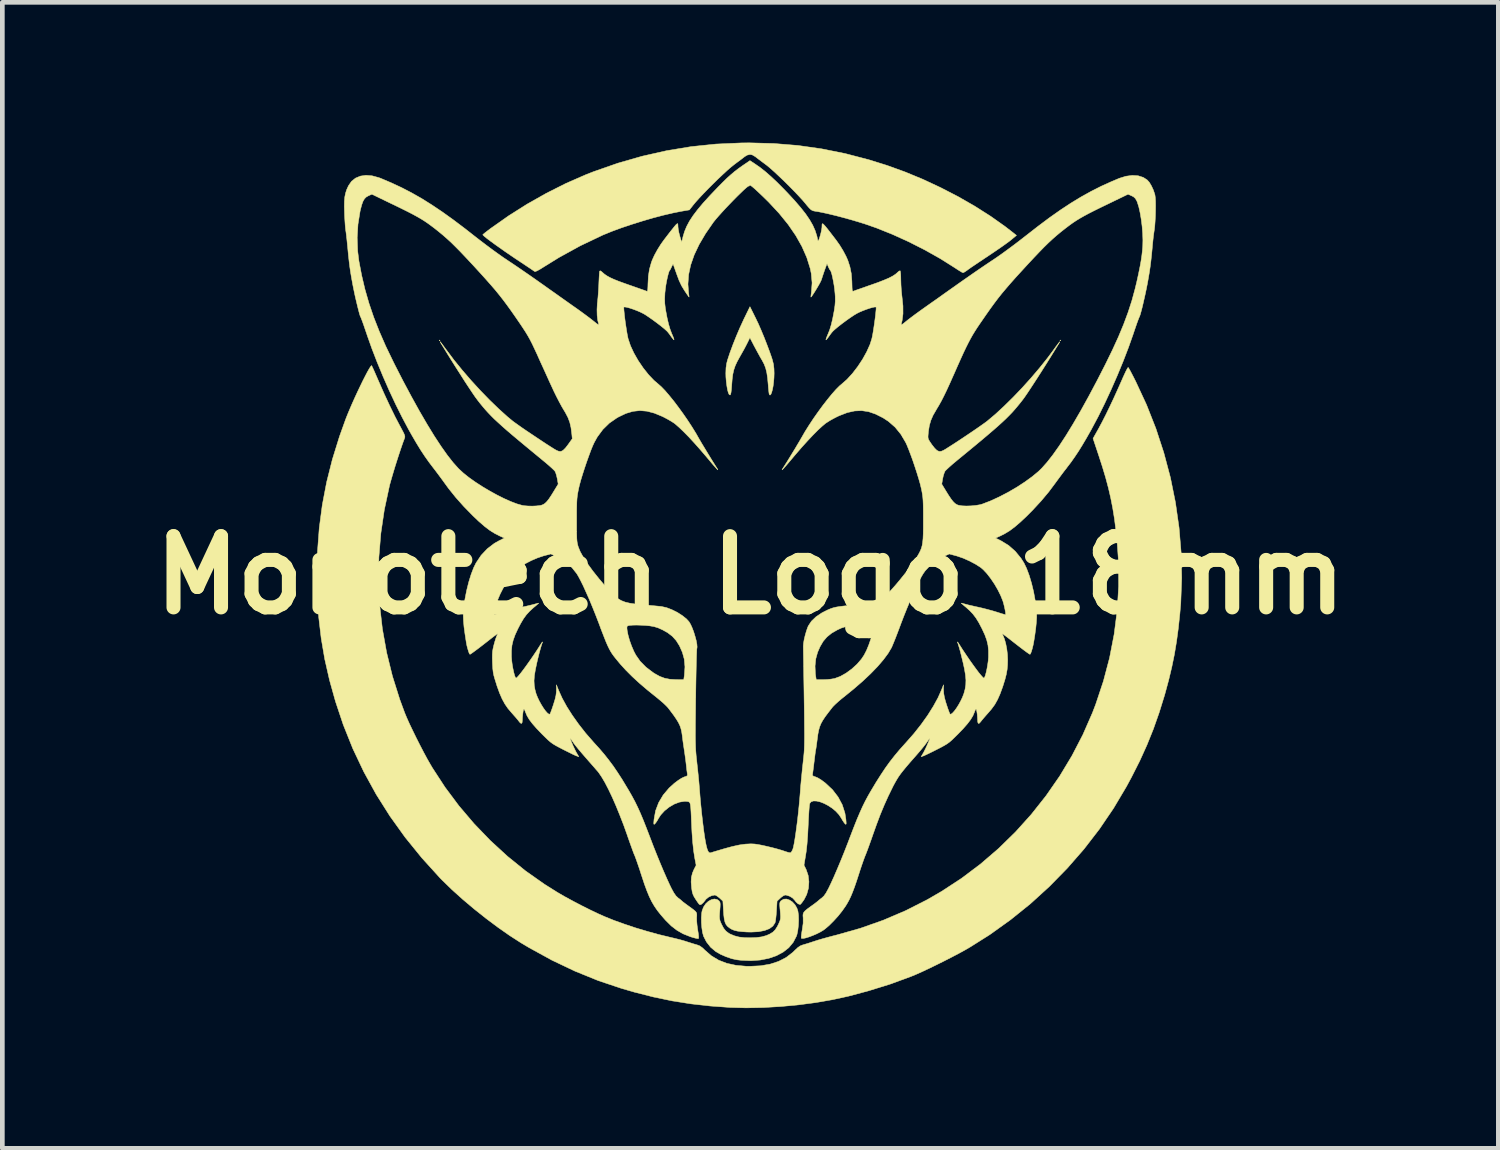
<source format=kicad_pcb>
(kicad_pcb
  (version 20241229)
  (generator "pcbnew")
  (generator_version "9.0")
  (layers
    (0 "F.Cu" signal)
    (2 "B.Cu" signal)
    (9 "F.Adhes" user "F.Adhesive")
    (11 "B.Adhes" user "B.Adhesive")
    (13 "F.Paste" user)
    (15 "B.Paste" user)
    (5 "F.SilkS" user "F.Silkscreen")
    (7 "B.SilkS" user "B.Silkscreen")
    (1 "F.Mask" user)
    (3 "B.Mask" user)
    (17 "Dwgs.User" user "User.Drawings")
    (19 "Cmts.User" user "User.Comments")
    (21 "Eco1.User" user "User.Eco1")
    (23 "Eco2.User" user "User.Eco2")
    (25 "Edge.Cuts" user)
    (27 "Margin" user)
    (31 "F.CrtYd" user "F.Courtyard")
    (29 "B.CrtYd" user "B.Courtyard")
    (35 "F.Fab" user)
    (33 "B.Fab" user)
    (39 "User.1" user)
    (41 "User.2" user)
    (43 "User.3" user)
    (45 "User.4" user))
  (footprint "Monotech Logo 18mm"
    (layer "F.Cu")
    (at 12.998 9.251)
    (property "Reference" "Monotech Logo 18mm" (at 0 0 0) (layer "F.SilkS") (effects (font (size 1.524 1.524) (thickness 0.3))))
    (attr through_hole)
    (fp_poly (pts (xy -6.638 -5.021) (xy -6.646 -5.012) (xy -6.655 -5.021) (xy -6.646 -5.029) (xy -6.638 -5.021)) (stroke (width 0.01) (type solid)) (fill yes) (layer "F.SilkS"))
    (fp_poly (pts (xy 6.638 -5.021) (xy 6.629 -5.012) (xy 6.621 -5.021) (xy 6.629 -5.029) (xy 6.638 -5.021)) (stroke (width 0.01) (type solid)) (fill yes) (layer "F.SilkS"))
    (fp_poly (pts (xy 0.107 -5.508) (xy 0.165 -5.388) (xy 0.228 -5.244) (xy 0.293 -5.088) (xy 0.355 -4.929) (xy 0.412 -4.777) (xy 0.459 -4.642) (xy 0.472 -4.599) (xy 0.494 -4.511) (xy 0.505 -4.415) (xy 0.508 -4.318) (xy 0.505 -4.221) (xy 0.497 -4.127) (xy 0.486 -4.04) (xy 0.471 -3.964) (xy 0.454 -3.904) (xy 0.437 -3.865) (xy 0.42 -3.851) (xy 0.406 -3.864) (xy 0.399 -3.889) (xy 0.393 -3.94) (xy 0.386 -4.009) (xy 0.382 -4.064) (xy 0.369 -4.208) (xy 0.352 -4.326) (xy 0.328 -4.425) (xy 0.295 -4.512) (xy 0.252 -4.594) (xy 0.251 -4.596) (xy 0.212 -4.662) (xy 0.166 -4.746) (xy 0.117 -4.836) (xy 0.084 -4.897) (xy -0.01 -5.079) (xy -0.066 -4.965) (xy -0.097 -4.904) (xy -0.139 -4.825) (xy -0.188 -4.738) (xy -0.231 -4.662) (xy -0.285 -4.563) (xy -0.325 -4.476) (xy -0.354 -4.391) (xy -0.375 -4.299) (xy -0.389 -4.191) (xy -0.399 -4.064) (xy -0.406 -3.969) (xy -0.414 -3.904) (xy -0.423 -3.867) (xy -0.434 -3.853) (xy -0.449 -3.86) (xy -0.455 -3.866) (xy -0.472 -3.903) (xy -0.489 -3.966) (xy -0.503 -4.047) (xy -0.515 -4.14) (xy -0.523 -4.237) (xy -0.525 -4.318) (xy -0.521 -4.434) (xy -0.507 -4.529) (xy -0.49 -4.596) (xy -0.438 -4.754) (xy -0.373 -4.93) (xy -0.3 -5.113) (xy -0.224 -5.291) (xy -0.149 -5.454) (xy -0.14 -5.474) (xy -0.009 -5.742) (xy 0.107 -5.508)) (stroke (width 0.01) (type solid)) (fill yes) (layer "F.SilkS"))
    (fp_poly (pts (xy -0.71 6.937) (xy -0.675 6.962) (xy -0.658 6.982) (xy -0.648 7.005) (xy -0.645 7.039) (xy -0.647 7.093) (xy -0.651 7.144) (xy -0.658 7.233) (xy -0.661 7.297) (xy -0.658 7.345) (xy -0.65 7.386) (xy -0.634 7.428) (xy -0.617 7.466) (xy -0.572 7.551) (xy -0.523 7.612) (xy -0.462 7.658) (xy -0.432 7.675) (xy -0.341 7.713) (xy -0.242 7.739) (xy -0.125 7.752) (xy -0.008 7.755) (xy 0.129 7.75) (xy 0.242 7.735) (xy 0.34 7.708) (xy 0.415 7.675) (xy 0.482 7.634) (xy 0.533 7.582) (xy 0.578 7.511) (xy 0.602 7.462) (xy 0.623 7.415) (xy 0.637 7.377) (xy 0.644 7.34) (xy 0.645 7.295) (xy 0.642 7.233) (xy 0.635 7.146) (xy 0.634 7.144) (xy 0.629 7.072) (xy 0.628 7.026) (xy 0.633 6.997) (xy 0.645 6.976) (xy 0.658 6.962) (xy 0.711 6.93) (xy 0.772 6.926) (xy 0.836 6.947) (xy 0.898 6.988) (xy 0.954 7.048) (xy 0.996 7.122) (xy 1.017 7.185) (xy 1.029 7.272) (xy 1.032 7.377) (xy 1.027 7.49) (xy 1.015 7.597) (xy 0.996 7.688) (xy 0.984 7.722) (xy 0.916 7.853) (xy 0.821 7.967) (xy 0.7 8.062) (xy 0.556 8.139) (xy 0.392 8.195) (xy 0.21 8.231) (xy 0.012 8.245) (xy -0.2 8.236) (xy -0.286 8.226) (xy -0.398 8.202) (xy -0.52 8.16) (xy -0.641 8.107) (xy -0.744 8.047) (xy -0.744 8.047) (xy -0.851 7.956) (xy -0.94 7.842) (xy -1.001 7.722) (xy -1.023 7.643) (xy -1.038 7.542) (xy -1.047 7.431) (xy -1.048 7.322) (xy -1.041 7.226) (xy -1.033 7.18) (xy -1.002 7.098) (xy -0.955 7.028) (xy -0.897 6.974) (xy -0.833 6.939) (xy -0.769 6.925) (xy -0.71 6.937)) (stroke (width 0.01) (type solid)) (fill yes) (layer "F.SilkS"))
    (fp_poly (pts (xy 0.502 -9.232) (xy 1.017 -9.19) (xy 1.524 -9.118) (xy 2.027 -9.017) (xy 2.533 -8.885) (xy 2.921 -8.764) (xy 3.303 -8.626) (xy 3.688 -8.467) (xy 4.069 -8.289) (xy 4.441 -8.097) (xy 4.799 -7.892) (xy 5.137 -7.677) (xy 5.449 -7.456) (xy 5.603 -7.337) (xy 5.691 -7.267) (xy 5.576 -7.171) (xy 5.53 -7.135) (xy 5.46 -7.084) (xy 5.373 -7.022) (xy 5.274 -6.954) (xy 5.168 -6.882) (xy 5.089 -6.829) (xy 4.984 -6.759) (xy 4.885 -6.693) (xy 4.796 -6.633) (xy 4.722 -6.583) (xy 4.668 -6.545) (xy 4.642 -6.525) (xy 4.597 -6.494) (xy 4.562 -6.473) (xy 4.548 -6.469) (xy 4.527 -6.477) (xy 4.485 -6.502) (xy 4.427 -6.538) (xy 4.368 -6.577) (xy 4.06 -6.771) (xy 3.729 -6.957) (xy 3.386 -7.131) (xy 3.038 -7.289) (xy 2.694 -7.427) (xy 2.464 -7.507) (xy 2.317 -7.553) (xy 2.159 -7.6) (xy 1.997 -7.645) (xy 1.838 -7.687) (xy 1.689 -7.723) (xy 1.555 -7.753) (xy 1.444 -7.775) (xy 1.402 -7.781) (xy 1.357 -7.789) (xy 1.323 -7.8) (xy 1.292 -7.82) (xy 1.257 -7.854) (xy 1.212 -7.906) (xy 1.183 -7.942) (xy 1.117 -8.02) (xy 1.032 -8.112) (xy 0.935 -8.214) (xy 0.83 -8.321) (xy 0.722 -8.428) (xy 0.615 -8.53) (xy 0.515 -8.624) (xy 0.426 -8.703) (xy 0.353 -8.764) (xy 0.33 -8.781) (xy 0.259 -8.834) (xy 0.192 -8.884) (xy 0.137 -8.926) (xy 0.104 -8.952) (xy 0.04 -8.989) (xy -0.008 -8.998) (xy -0.071 -8.983) (xy -0.121 -8.952) (xy -0.157 -8.924) (xy -0.213 -8.881) (xy -0.281 -8.831) (xy -0.347 -8.781) (xy -0.411 -8.73) (xy -0.493 -8.659) (xy -0.587 -8.572) (xy -0.691 -8.474) (xy -0.798 -8.369) (xy -0.905 -8.262) (xy -1.006 -8.158) (xy -1.097 -8.061) (xy -1.173 -7.976) (xy -1.224 -7.914) (xy -1.304 -7.812) (xy -1.478 -7.782) (xy -1.659 -7.746) (xy -1.864 -7.698) (xy -2.084 -7.64) (xy -2.31 -7.574) (xy -2.536 -7.503) (xy -2.754 -7.43) (xy -2.955 -7.356) (xy -3.132 -7.284) (xy -3.158 -7.273) (xy -3.637 -7.045) (xy -4.092 -6.795) (xy -4.409 -6.599) (xy -4.497 -6.544) (xy -4.56 -6.509) (xy -4.599 -6.494) (xy -4.613 -6.495) (xy -4.633 -6.508) (xy -4.676 -6.538) (xy -4.74 -6.581) (xy -4.82 -6.634) (xy -4.913 -6.696) (xy -5.014 -6.763) (xy -5.132 -6.843) (xy -5.249 -6.923) (xy -5.359 -7.001) (xy -5.461 -7.073) (xy -5.551 -7.139) (xy -5.626 -7.195) (xy -5.681 -7.239) (xy -5.714 -7.269) (xy -5.723 -7.281) (xy -5.71 -7.294) (xy -5.675 -7.323) (xy -5.623 -7.363) (xy -5.559 -7.412) (xy -5.549 -7.419) (xy -5.171 -7.685) (xy -4.774 -7.936) (xy -4.363 -8.168) (xy -3.948 -8.377) (xy -3.533 -8.559) (xy -3.361 -8.627) (xy -2.837 -8.81) (xy -2.315 -8.96) (xy -1.792 -9.078) (xy -1.267 -9.165) (xy -0.736 -9.22) (xy -0.196 -9.244) (xy -0.025 -9.246) (xy 0.502 -9.232)) (stroke (width 0.01) (type solid)) (fill yes) (layer "F.SilkS"))
    (fp_poly (pts (xy -8.091 -4.464) (xy -8.07 -4.42) (xy -8.041 -4.356) (xy -8.006 -4.275) (xy -7.968 -4.188) (xy -7.836 -3.888) (xy -7.711 -3.619) (xy -7.595 -3.382) (xy -7.496 -3.194) (xy -7.45 -3.108) (xy -7.418 -3.047) (xy -7.399 -3.004) (xy -7.39 -2.974) (xy -7.39 -2.95) (xy -7.396 -2.929) (xy -7.398 -2.923) (xy -7.43 -2.837) (xy -7.469 -2.725) (xy -7.512 -2.596) (xy -7.557 -2.457) (xy -7.602 -2.315) (xy -7.643 -2.178) (xy -7.68 -2.052) (xy -7.71 -1.946) (xy -7.72 -1.905) (xy -7.828 -1.401) (xy -7.903 -0.894) (xy -7.945 -0.383) (xy -7.953 0.128) (xy -7.928 0.639) (xy -7.87 1.149) (xy -7.779 1.657) (xy -7.655 2.16) (xy -7.498 2.659) (xy -7.392 2.946) (xy -7.348 3.052) (xy -7.291 3.179) (xy -7.222 3.323) (xy -7.147 3.477) (xy -7.068 3.633) (xy -6.988 3.787) (xy -6.911 3.93) (xy -6.839 4.056) (xy -6.8 4.122) (xy -6.53 4.536) (xy -6.232 4.935) (xy -5.908 5.316) (xy -5.561 5.676) (xy -5.193 6.014) (xy -4.807 6.326) (xy -4.404 6.61) (xy -4.13 6.782) (xy -3.972 6.874) (xy -3.795 6.97) (xy -3.61 7.067) (xy -3.426 7.159) (xy -3.252 7.242) (xy -3.11 7.305) (xy -2.914 7.384) (xy -2.694 7.463) (xy -2.458 7.542) (xy -2.214 7.615) (xy -1.973 7.682) (xy -1.743 7.738) (xy -1.705 7.747) (xy -1.607 7.77) (xy -1.504 7.796) (xy -1.41 7.823) (xy -1.357 7.84) (xy -1.281 7.864) (xy -1.208 7.887) (xy -1.149 7.904) (xy -1.136 7.908) (xy -1.082 7.929) (xy -1.026 7.969) (xy -0.967 8.025) (xy -0.832 8.142) (xy -0.679 8.234) (xy -0.505 8.301) (xy -0.309 8.344) (xy -0.09 8.364) (xy -0.008 8.365) (xy 0.219 8.354) (xy 0.422 8.319) (xy 0.603 8.26) (xy 0.764 8.177) (xy 0.905 8.069) (xy 0.95 8.025) (xy 1.014 7.965) (xy 1.068 7.928) (xy 1.119 7.908) (xy 1.167 7.894) (xy 1.237 7.873) (xy 1.316 7.847) (xy 1.365 7.831) (xy 1.439 7.807) (xy 1.537 7.778) (xy 1.649 7.747) (xy 1.765 7.716) (xy 1.848 7.695) (xy 2.353 7.552) (xy 2.845 7.378) (xy 3.322 7.174) (xy 3.783 6.94) (xy 4.092 6.761) (xy 4.517 6.483) (xy 4.923 6.177) (xy 5.308 5.846) (xy 5.671 5.491) (xy 6.01 5.114) (xy 6.325 4.716) (xy 6.615 4.298) (xy 6.877 3.863) (xy 7.111 3.412) (xy 7.315 2.946) (xy 7.386 2.761) (xy 7.55 2.268) (xy 7.682 1.769) (xy 7.78 1.264) (xy 7.845 0.754) (xy 7.876 0.24) (xy 7.874 -0.277) (xy 7.838 -0.796) (xy 7.787 -1.202) (xy 7.75 -1.431) (xy 7.707 -1.65) (xy 7.657 -1.866) (xy 7.598 -2.087) (xy 7.527 -2.323) (xy 7.448 -2.567) (xy 7.329 -2.924) (xy 7.451 -3.141) (xy 7.521 -3.272) (xy 7.601 -3.429) (xy 7.687 -3.606) (xy 7.777 -3.797) (xy 7.868 -3.998) (xy 7.958 -4.201) (xy 7.958 -4.203) (xy 7.996 -4.286) (xy 8.029 -4.357) (xy 8.056 -4.409) (xy 8.075 -4.439) (xy 8.081 -4.443) (xy 8.092 -4.426) (xy 8.117 -4.383) (xy 8.151 -4.319) (xy 8.192 -4.24) (xy 8.238 -4.149) (xy 8.241 -4.143) (xy 8.472 -3.646) (xy 8.673 -3.136) (xy 8.843 -2.616) (xy 8.983 -2.089) (xy 9.091 -1.555) (xy 9.168 -1.017) (xy 9.213 -0.478) (xy 9.225 0.06) (xy 9.205 0.596) (xy 9.186 0.818) (xy 9.153 1.132) (xy 9.114 1.422) (xy 9.068 1.697) (xy 9.013 1.965) (xy 8.948 2.237) (xy 8.871 2.522) (xy 8.859 2.565) (xy 8.743 2.939) (xy 8.619 3.291) (xy 8.481 3.633) (xy 8.327 3.973) (xy 8.152 4.319) (xy 8.042 4.523) (xy 7.768 4.984) (xy 7.465 5.43) (xy 7.134 5.859) (xy 6.777 6.268) (xy 6.395 6.658) (xy 5.991 7.026) (xy 5.564 7.37) (xy 5.119 7.689) (xy 4.707 7.949) (xy 4.594 8.015) (xy 4.459 8.089) (xy 4.308 8.168) (xy 4.148 8.25) (xy 3.985 8.331) (xy 3.827 8.408) (xy 3.678 8.478) (xy 3.546 8.537) (xy 3.437 8.582) (xy 2.993 8.745) (xy 2.522 8.891) (xy 2.09 9.006) (xy 1.756 9.079) (xy 1.399 9.141) (xy 1.027 9.19) (xy 0.65 9.225) (xy 0.274 9.247) (xy -0.09 9.254) (xy -0.432 9.245) (xy -0.861 9.214) (xy -1.271 9.168) (xy -1.67 9.105) (xy -2.069 9.022) (xy -2.476 8.919) (xy -2.752 8.839) (xy -3.254 8.671) (xy -3.751 8.469) (xy -4.245 8.234) (xy -4.735 7.965) (xy -4.911 7.86) (xy -5.15 7.706) (xy -5.4 7.531) (xy -5.655 7.34) (xy -5.908 7.139) (xy -6.152 6.933) (xy -6.38 6.728) (xy -6.586 6.528) (xy -6.639 6.474) (xy -7.026 6.047) (xy -7.383 5.607) (xy -7.708 5.154) (xy -8.003 4.687) (xy -8.267 4.206) (xy -8.502 3.71) (xy -8.707 3.198) (xy -8.873 2.701) (xy -9.001 2.243) (xy -9.103 1.795) (xy -9.179 1.349) (xy -9.232 0.897) (xy -9.262 0.434) (xy -9.27 0.017) (xy -9.258 -0.505) (xy -9.22 -1.01) (xy -9.155 -1.503) (xy -9.062 -1.99) (xy -8.94 -2.475) (xy -8.788 -2.965) (xy -8.659 -3.325) (xy -8.618 -3.43) (xy -8.57 -3.545) (xy -8.517 -3.668) (xy -8.461 -3.793) (xy -8.403 -3.919) (xy -8.345 -4.04) (xy -8.29 -4.154) (xy -8.238 -4.256) (xy -8.192 -4.344) (xy -8.153 -4.413) (xy -8.123 -4.46) (xy -8.104 -4.481) (xy -8.1 -4.482) (xy -8.091 -4.464)) (stroke (width 0.01) (type solid)) (fill yes) (layer "F.SilkS"))
    (fp_poly (pts (xy 0.093 -8.799) (xy 0.206 -8.721) (xy 0.321 -8.63) (xy 0.441 -8.525) (xy 0.572 -8.402) (xy 0.717 -8.256) (xy 0.792 -8.178) (xy 0.946 -8.012) (xy 1.074 -7.863) (xy 1.181 -7.728) (xy 1.266 -7.603) (xy 1.334 -7.485) (xy 1.385 -7.37) (xy 1.422 -7.255) (xy 1.444 -7.154) (xy 1.451 -7.149) (xy 1.463 -7.17) (xy 1.478 -7.21) (xy 1.494 -7.263) (xy 1.51 -7.322) (xy 1.522 -7.381) (xy 1.53 -7.432) (xy 1.531 -7.453) (xy 1.532 -7.483) (xy 1.533 -7.505) (xy 1.539 -7.516) (xy 1.551 -7.515) (xy 1.57 -7.498) (xy 1.6 -7.465) (xy 1.643 -7.413) (xy 1.7 -7.34) (xy 1.774 -7.244) (xy 1.833 -7.167) (xy 1.909 -7.06) (xy 1.982 -6.941) (xy 2.045 -6.822) (xy 2.084 -6.734) (xy 2.129 -6.595) (xy 2.158 -6.451) (xy 2.171 -6.291) (xy 2.173 -6.227) (xy 2.175 -6.151) (xy 2.178 -6.103) (xy 2.184 -6.078) (xy 2.194 -6.071) (xy 2.201 -6.073) (xy 2.224 -6.082) (xy 2.274 -6.1) (xy 2.346 -6.125) (xy 2.435 -6.156) (xy 2.535 -6.192) (xy 2.574 -6.205) (xy 2.732 -6.261) (xy 2.86 -6.311) (xy 2.963 -6.355) (xy 3.042 -6.396) (xy 3.102 -6.435) (xy 3.146 -6.473) (xy 3.148 -6.476) (xy 3.179 -6.502) (xy 3.201 -6.51) (xy 3.203 -6.509) (xy 3.209 -6.49) (xy 3.214 -6.444) (xy 3.217 -6.378) (xy 3.218 -6.311) (xy 3.221 -6.21) (xy 3.228 -6.098) (xy 3.238 -5.994) (xy 3.243 -5.952) (xy 3.263 -5.759) (xy 3.264 -5.59) (xy 3.245 -5.442) (xy 3.224 -5.362) (xy 3.23 -5.355) (xy 3.258 -5.371) (xy 3.306 -5.408) (xy 3.321 -5.421) (xy 3.371 -5.461) (xy 3.442 -5.515) (xy 3.526 -5.578) (xy 3.617 -5.644) (xy 3.691 -5.697) (xy 3.773 -5.755) (xy 3.876 -5.828) (xy 3.995 -5.911) (xy 4.122 -6.002) (xy 4.253 -6.095) (xy 4.381 -6.185) (xy 4.417 -6.211) (xy 4.545 -6.301) (xy 4.68 -6.395) (xy 4.815 -6.489) (xy 4.945 -6.578) (xy 5.062 -6.657) (xy 5.159 -6.722) (xy 5.179 -6.735) (xy 5.274 -6.799) (xy 5.389 -6.88) (xy 5.515 -6.972) (xy 5.646 -7.069) (xy 5.774 -7.167) (xy 5.882 -7.251) (xy 6.149 -7.459) (xy 6.397 -7.645) (xy 6.63 -7.809) (xy 6.853 -7.956) (xy 7.07 -8.088) (xy 7.284 -8.207) (xy 7.499 -8.316) (xy 7.72 -8.416) (xy 7.89 -8.488) (xy 8.032 -8.532) (xy 8.168 -8.55) (xy 8.293 -8.542) (xy 8.403 -8.507) (xy 8.485 -8.454) (xy 8.532 -8.402) (xy 8.578 -8.325) (xy 8.619 -8.236) (xy 8.65 -8.143) (xy 8.653 -8.129) (xy 8.66 -8.077) (xy 8.665 -7.998) (xy 8.666 -7.9) (xy 8.665 -7.791) (xy 8.662 -7.678) (xy 8.656 -7.568) (xy 8.649 -7.469) (xy 8.64 -7.388) (xy 8.636 -7.366) (xy 8.629 -7.317) (xy 8.619 -7.242) (xy 8.609 -7.15) (xy 8.599 -7.05) (xy 8.594 -6.993) (xy 8.58 -6.844) (xy 8.566 -6.718) (xy 8.552 -6.605) (xy 8.536 -6.494) (xy 8.516 -6.376) (xy 8.492 -6.24) (xy 8.49 -6.231) (xy 8.471 -6.134) (xy 8.449 -6.029) (xy 8.425 -5.922) (xy 8.401 -5.817) (xy 8.378 -5.72) (xy 8.356 -5.637) (xy 8.338 -5.573) (xy 8.324 -5.532) (xy 8.318 -5.521) (xy 8.31 -5.503) (xy 8.292 -5.457) (xy 8.267 -5.389) (xy 8.237 -5.302) (xy 8.203 -5.202) (xy 8.185 -5.148) (xy 8.087 -4.871) (xy 7.974 -4.577) (xy 7.849 -4.274) (xy 7.716 -3.97) (xy 7.578 -3.673) (xy 7.439 -3.392) (xy 7.302 -3.135) (xy 7.29 -3.112) (xy 7.189 -2.934) (xy 7.098 -2.78) (xy 7.015 -2.646) (xy 6.934 -2.525) (xy 6.853 -2.41) (xy 6.767 -2.298) (xy 6.765 -2.294) (xy 6.7 -2.211) (xy 6.63 -2.117) (xy 6.564 -2.028) (xy 6.524 -1.973) (xy 6.379 -1.779) (xy 6.218 -1.587) (xy 6.037 -1.391) (xy 5.915 -1.268) (xy 5.778 -1.139) (xy 5.656 -1.034) (xy 5.543 -0.949) (xy 5.433 -0.883) (xy 5.339 -0.836) (xy 5.244 -0.794) (xy 5.363 -0.734) (xy 5.522 -0.637) (xy 5.665 -0.511) (xy 5.788 -0.361) (xy 5.851 -0.262) (xy 5.908 -0.143) (xy 5.963 0.004) (xy 6.013 0.171) (xy 6.057 0.353) (xy 6.092 0.543) (xy 6.115 0.708) (xy 6.122 0.799) (xy 6.123 0.898) (xy 6.116 1.01) (xy 6.103 1.141) (xy 6.082 1.295) (xy 6.06 1.431) (xy 6.046 1.502) (xy 6.029 1.571) (xy 6.011 1.631) (xy 5.994 1.675) (xy 5.981 1.693) (xy 5.98 1.693) (xy 5.961 1.683) (xy 5.916 1.652) (xy 5.847 1.601) (xy 5.756 1.532) (xy 5.644 1.445) (xy 5.566 1.384) (xy 5.502 1.334) (xy 5.448 1.293) (xy 5.41 1.265) (xy 5.392 1.253) (xy 5.392 1.253) (xy 5.392 1.266) (xy 5.403 1.289) (xy 5.434 1.365) (xy 5.462 1.465) (xy 5.484 1.579) (xy 5.498 1.697) (xy 5.503 1.809) (xy 5.5 1.92) (xy 5.491 2.021) (xy 5.473 2.122) (xy 5.445 2.231) (xy 5.405 2.36) (xy 5.393 2.396) (xy 5.34 2.541) (xy 5.286 2.662) (xy 5.228 2.766) (xy 5.158 2.862) (xy 5.092 2.939) (xy 5.037 3.001) (xy 4.986 3.06) (xy 4.946 3.108) (xy 4.93 3.129) (xy 4.898 3.166) (xy 4.875 3.171) (xy 4.863 3.143) (xy 4.86 3.102) (xy 4.857 3.041) (xy 4.852 2.977) (xy 4.844 2.92) (xy 4.835 2.879) (xy 4.827 2.862) (xy 4.826 2.862) (xy 4.814 2.876) (xy 4.798 2.913) (xy 4.791 2.933) (xy 4.759 3.008) (xy 4.71 3.089) (xy 4.642 3.179) (xy 4.551 3.283) (xy 4.443 3.395) (xy 4.367 3.47) (xy 4.308 3.527) (xy 4.257 3.571) (xy 4.206 3.608) (xy 4.148 3.643) (xy 4.075 3.683) (xy 3.987 3.728) (xy 3.9 3.772) (xy 3.82 3.811) (xy 3.755 3.842) (xy 3.709 3.863) (xy 3.693 3.869) (xy 3.652 3.882) (xy 3.699 3.802) (xy 3.721 3.76) (xy 3.748 3.705) (xy 3.777 3.643) (xy 3.803 3.583) (xy 3.824 3.533) (xy 3.836 3.499) (xy 3.837 3.488) (xy 3.826 3.501) (xy 3.801 3.535) (xy 3.772 3.577) (xy 3.741 3.62) (xy 3.692 3.682) (xy 3.631 3.756) (xy 3.563 3.835) (xy 3.52 3.884) (xy 3.418 4) (xy 3.336 4.096) (xy 3.27 4.176) (xy 3.215 4.246) (xy 3.17 4.309) (xy 3.131 4.372) (xy 3.093 4.438) (xy 3.053 4.512) (xy 3.039 4.541) (xy 2.948 4.727) (xy 2.863 4.916) (xy 2.779 5.118) (xy 2.696 5.338) (xy 2.616 5.563) (xy 2.578 5.672) (xy 2.541 5.775) (xy 2.508 5.866) (xy 2.48 5.939) (xy 2.461 5.988) (xy 2.456 5.998) (xy 2.44 6.04) (xy 2.415 6.108) (xy 2.385 6.194) (xy 2.352 6.292) (xy 2.321 6.389) (xy 2.27 6.546) (xy 2.225 6.676) (xy 2.184 6.784) (xy 2.146 6.875) (xy 2.108 6.954) (xy 2.067 7.027) (xy 2.035 7.079) (xy 1.961 7.184) (xy 1.874 7.293) (xy 1.779 7.397) (xy 1.685 7.491) (xy 1.597 7.566) (xy 1.557 7.595) (xy 1.493 7.633) (xy 1.418 7.671) (xy 1.338 7.705) (xy 1.26 7.735) (xy 1.19 7.757) (xy 1.134 7.769) (xy 1.099 7.769) (xy 1.089 7.763) (xy 1.088 7.736) (xy 1.093 7.684) (xy 1.103 7.618) (xy 1.109 7.585) (xy 1.129 7.443) (xy 1.129 7.33) (xy 1.125 7.283) (xy 1.128 7.245) (xy 1.141 7.213) (xy 1.169 7.18) (xy 1.215 7.141) (xy 1.283 7.091) (xy 1.321 7.064) (xy 1.375 7.025) (xy 1.419 6.991) (xy 1.445 6.97) (xy 1.448 6.967) (xy 1.471 6.947) (xy 1.51 6.916) (xy 1.529 6.902) (xy 1.573 6.861) (xy 1.618 6.797) (xy 1.667 6.707) (xy 1.669 6.704) (xy 1.725 6.587) (xy 1.79 6.444) (xy 1.861 6.279) (xy 1.936 6.1) (xy 2.012 5.912) (xy 2.087 5.72) (xy 2.134 5.596) (xy 2.209 5.401) (xy 2.276 5.232) (xy 2.338 5.086) (xy 2.396 4.956) (xy 2.454 4.838) (xy 2.514 4.726) (xy 2.573 4.623) (xy 2.686 4.434) (xy 2.79 4.27) (xy 2.887 4.124) (xy 2.983 3.991) (xy 3.083 3.863) (xy 3.189 3.736) (xy 3.308 3.603) (xy 3.33 3.579) (xy 3.497 3.389) (xy 3.652 3.193) (xy 3.792 2.997) (xy 3.913 2.804) (xy 4.013 2.622) (xy 4.082 2.467) (xy 4.131 2.345) (xy 4.131 2.46) (xy 4.136 2.533) (xy 4.15 2.613) (xy 4.176 2.709) (xy 4.194 2.765) (xy 4.219 2.841) (xy 4.242 2.905) (xy 4.26 2.951) (xy 4.27 2.971) (xy 4.291 2.973) (xy 4.323 2.949) (xy 4.363 2.905) (xy 4.408 2.844) (xy 4.454 2.771) (xy 4.497 2.693) (xy 4.536 2.612) (xy 4.565 2.535) (xy 4.566 2.534) (xy 4.592 2.437) (xy 4.607 2.342) (xy 4.61 2.243) (xy 4.6 2.133) (xy 4.578 2.003) (xy 4.549 1.871) (xy 4.516 1.736) (xy 4.489 1.628) (xy 4.464 1.541) (xy 4.442 1.469) (xy 4.428 1.431) (xy 4.43 1.427) (xy 4.446 1.447) (xy 4.472 1.488) (xy 4.475 1.492) (xy 4.541 1.596) (xy 4.612 1.702) (xy 4.683 1.807) (xy 4.754 1.907) (xy 4.821 1.999) (xy 4.88 2.078) (xy 4.931 2.14) (xy 4.969 2.182) (xy 4.991 2.201) (xy 4.994 2.201) (xy 5.009 2.186) (xy 5.026 2.143) (xy 5.043 2.079) (xy 5.06 2.001) (xy 5.075 1.916) (xy 5.087 1.83) (xy 5.093 1.749) (xy 5.093 1.744) (xy 5.093 1.615) (xy 5.082 1.501) (xy 5.056 1.39) (xy 5.014 1.274) (xy 4.953 1.143) (xy 4.887 1.017) (xy 4.825 0.916) (xy 4.761 0.832) (xy 4.69 0.757) (xy 4.62 0.694) (xy 4.57 0.652) (xy 4.532 0.619) (xy 4.512 0.601) (xy 4.51 0.598) (xy 4.526 0.601) (xy 4.566 0.611) (xy 4.606 0.622) (xy 4.663 0.637) (xy 4.742 0.655) (xy 4.828 0.675) (xy 4.877 0.685) (xy 4.971 0.707) (xy 5.08 0.735) (xy 5.189 0.765) (xy 5.252 0.784) (xy 5.328 0.808) (xy 5.392 0.828) (xy 5.437 0.841) (xy 5.457 0.847) (xy 5.457 0.847) (xy 5.46 0.832) (xy 5.456 0.792) (xy 5.446 0.736) (xy 5.432 0.671) (xy 5.416 0.606) (xy 5.4 0.552) (xy 5.354 0.437) (xy 5.293 0.314) (xy 5.221 0.19) (xy 5.142 0.073) (xy 5.061 -0.032) (xy 4.983 -0.116) (xy 4.93 -0.162) (xy 4.82 -0.233) (xy 4.69 -0.302) (xy 4.554 -0.363) (xy 4.426 -0.407) (xy 4.406 -0.413) (xy 4.252 -0.454) (xy 4.15 -0.406) (xy 3.986 -0.315) (xy 3.85 -0.212) (xy 3.739 -0.093) (xy 3.697 -0.034) (xy 3.655 0.037) (xy 3.604 0.134) (xy 3.546 0.255) (xy 3.482 0.395) (xy 3.416 0.548) (xy 3.348 0.711) (xy 3.281 0.878) (xy 3.225 1.024) (xy 3.18 1.145) (xy 3.137 1.258) (xy 3.097 1.361) (xy 3.062 1.447) (xy 3.035 1.512) (xy 3.019 1.549) (xy 2.946 1.672) (xy 2.846 1.807) (xy 2.721 1.953) (xy 2.572 2.107) (xy 2.402 2.267) (xy 2.214 2.43) (xy 2.026 2.583) (xy 1.948 2.645) (xy 1.874 2.708) (xy 1.811 2.766) (xy 1.766 2.811) (xy 1.756 2.823) (xy 1.668 2.936) (xy 1.599 3.028) (xy 1.547 3.107) (xy 1.508 3.178) (xy 1.48 3.248) (xy 1.46 3.321) (xy 1.444 3.405) (xy 1.432 3.497) (xy 1.421 3.581) (xy 1.411 3.655) (xy 1.403 3.71) (xy 1.397 3.74) (xy 1.397 3.742) (xy 1.392 3.768) (xy 1.385 3.82) (xy 1.376 3.892) (xy 1.366 3.976) (xy 1.363 3.996) (xy 1.353 4.083) (xy 1.343 4.161) (xy 1.335 4.221) (xy 1.33 4.256) (xy 1.329 4.26) (xy 1.33 4.283) (xy 1.351 4.3) (xy 1.393 4.314) (xy 1.446 4.337) (xy 1.516 4.38) (xy 1.597 4.44) (xy 1.611 4.452) (xy 1.758 4.59) (xy 1.876 4.744) (xy 1.965 4.91) (xy 2.022 5.087) (xy 2.043 5.222) (xy 2.048 5.283) (xy 2.049 5.317) (xy 2.043 5.329) (xy 2.031 5.323) (xy 2.026 5.319) (xy 2.004 5.292) (xy 1.973 5.246) (xy 1.945 5.197) (xy 1.894 5.121) (xy 1.828 5.049) (xy 1.75 4.984) (xy 1.665 4.928) (xy 1.578 4.882) (xy 1.493 4.849) (xy 1.415 4.831) (xy 1.349 4.829) (xy 1.298 4.847) (xy 1.27 4.883) (xy 1.265 4.909) (xy 1.259 4.964) (xy 1.253 5.044) (xy 1.247 5.141) (xy 1.241 5.253) (xy 1.237 5.342) (xy 1.226 5.563) (xy 1.212 5.751) (xy 1.195 5.907) (xy 1.183 5.984) (xy 1.147 6.202) (xy 1.193 6.296) (xy 1.236 6.421) (xy 1.252 6.557) (xy 1.242 6.695) (xy 1.205 6.828) (xy 1.15 6.936) (xy 1.114 6.988) (xy 1.084 7.026) (xy 1.065 7.044) (xy 1.064 7.044) (xy 1.02 7.029) (xy 0.974 6.987) (xy 0.949 6.953) (xy 0.903 6.904) (xy 0.838 6.865) (xy 0.768 6.843) (xy 0.744 6.841) (xy 0.713 6.852) (xy 0.67 6.881) (xy 0.641 6.906) (xy 0.571 6.971) (xy 0.558 7.181) (xy 0.552 7.266) (xy 0.544 7.342) (xy 0.536 7.4) (xy 0.528 7.434) (xy 0.528 7.434) (xy 0.482 7.504) (xy 0.407 7.56) (xy 0.303 7.6) (xy 0.172 7.625) (xy 0.016 7.633) (xy -0.078 7.631) (xy -0.191 7.623) (xy -0.277 7.612) (xy -0.344 7.596) (xy -0.4 7.573) (xy -0.441 7.548) (xy -0.487 7.512) (xy -0.52 7.472) (xy -0.543 7.421) (xy -0.559 7.353) (xy -0.57 7.261) (xy -0.575 7.185) (xy -0.588 6.971) (xy -0.657 6.906) (xy -0.702 6.87) (xy -0.742 6.846) (xy -0.761 6.841) (xy -0.827 6.854) (xy -0.895 6.886) (xy -0.949 6.93) (xy -0.965 6.951) (xy -1 6.996) (xy -1.038 7.032) (xy -1.041 7.034) (xy -1.062 7.047) (xy -1.079 7.048) (xy -1.098 7.034) (xy -1.123 7.001) (xy -1.162 6.944) (xy -1.203 6.879) (xy -1.228 6.826) (xy -1.244 6.772) (xy -1.255 6.7) (xy -1.257 6.684) (xy -1.267 6.562) (xy -1.261 6.46) (xy -1.238 6.369) (xy -1.206 6.294) (xy -1.16 6.204) (xy -1.189 6.053) (xy -1.213 5.901) (xy -1.233 5.717) (xy -1.249 5.501) (xy -1.261 5.252) (xy -1.263 5.195) (xy -1.269 5.067) (xy -1.275 4.972) (xy -1.283 4.907) (xy -1.293 4.87) (xy -1.296 4.865) (xy -1.319 4.846) (xy -1.358 4.838) (xy -1.412 4.837) (xy -1.517 4.854) (xy -1.628 4.896) (xy -1.737 4.96) (xy -1.836 5.039) (xy -1.918 5.129) (xy -1.962 5.197) (xy -1.993 5.252) (xy -2.023 5.296) (xy -2.043 5.319) (xy -2.057 5.329) (xy -2.065 5.323) (xy -2.066 5.297) (xy -2.062 5.244) (xy -2.06 5.222) (xy -2.027 5.038) (xy -1.961 4.864) (xy -1.864 4.701) (xy -1.738 4.552) (xy -1.629 4.453) (xy -1.547 4.391) (xy -1.475 4.344) (xy -1.419 4.317) (xy -1.41 4.314) (xy -1.365 4.299) (xy -1.347 4.282) (xy -1.346 4.26) (xy -1.351 4.228) (xy -1.359 4.173) (xy -1.367 4.102) (xy -1.372 4.056) (xy -1.383 3.961) (xy -1.397 3.859) (xy -1.41 3.767) (xy -1.414 3.742) (xy -1.427 3.655) (xy -1.442 3.553) (xy -1.454 3.456) (xy -1.456 3.437) (xy -1.468 3.357) (xy -1.484 3.286) (xy -1.506 3.22) (xy -1.538 3.153) (xy -1.583 3.079) (xy -1.642 2.993) (xy -1.72 2.889) (xy -1.764 2.832) (xy -1.799 2.795) (xy -1.853 2.743) (xy -1.921 2.684) (xy -1.994 2.623) (xy -2.007 2.613) (xy -2.204 2.454) (xy -2.376 2.307) (xy -2.527 2.168) (xy -2.661 2.034) (xy -2.783 1.9) (xy -2.882 1.78) (xy -2.923 1.728) (xy -2.958 1.679) (xy -2.99 1.628) (xy -3.021 1.571) (xy -3.054 1.503) (xy -3.089 1.422) (xy -3.129 1.321) (xy -3.177 1.198) (xy -3.201 1.135) (xy -2.64 1.135) (xy -2.635 1.183) (xy -2.616 1.28) (xy -2.584 1.394) (xy -2.541 1.514) (xy -2.492 1.628) (xy -2.45 1.708) (xy -2.357 1.841) (xy -2.233 1.967) (xy -2.083 2.081) (xy -2.046 2.105) (xy -1.938 2.165) (xy -1.833 2.204) (xy -1.721 2.226) (xy -1.589 2.234) (xy -1.58 2.234) (xy -1.425 2.235) (xy -1.411 2.138) (xy -1.399 1.961) (xy -1.414 1.795) (xy -1.454 1.651) (xy -1.516 1.511) (xy -1.586 1.399) (xy -1.669 1.307) (xy -1.771 1.229) (xy -1.877 1.17) (xy -1.972 1.127) (xy -2.06 1.1) (xy -2.152 1.084) (xy -2.243 1.075) (xy -2.341 1.07) (xy -2.435 1.067) (xy -2.519 1.069) (xy -2.582 1.074) (xy -2.606 1.078) (xy -2.628 1.087) (xy -2.639 1.102) (xy -2.64 1.135) (xy -3.201 1.135) (xy -3.233 1.048) (xy -3.242 1.024) (xy -3.307 0.856) (xy -3.374 0.689) (xy -3.441 0.527) (xy -3.508 0.376) (xy -3.57 0.238) (xy -3.628 0.12) (xy -3.678 0.026) (xy -3.714 -0.034) (xy -3.815 -0.161) (xy -3.939 -0.271) (xy -4.09 -0.367) (xy -4.167 -0.406) (xy -4.269 -0.454) (xy -4.423 -0.413) (xy -4.549 -0.371) (xy -4.685 -0.313) (xy -4.818 -0.244) (xy -4.933 -0.172) (xy -4.948 -0.161) (xy -5.031 -0.087) (xy -5.117 0.014) (xy -5.202 0.134) (xy -5.281 0.266) (xy -5.351 0.403) (xy -5.408 0.538) (xy -5.446 0.665) (xy -5.452 0.689) (xy -5.465 0.755) (xy -5.474 0.808) (xy -5.478 0.839) (xy -5.478 0.843) (xy -5.461 0.841) (xy -5.418 0.829) (xy -5.355 0.811) (xy -5.28 0.788) (xy -5.272 0.786) (xy -5.172 0.756) (xy -5.061 0.725) (xy -4.955 0.699) (xy -4.894 0.685) (xy -4.808 0.667) (xy -4.724 0.647) (xy -4.653 0.63) (xy -4.623 0.622) (xy -4.572 0.608) (xy -4.537 0.6) (xy -4.527 0.598) (xy -4.538 0.61) (xy -4.569 0.637) (xy -4.615 0.676) (xy -4.637 0.694) (xy -4.719 0.769) (xy -4.789 0.845) (xy -4.852 0.931) (xy -4.914 1.036) (xy -4.97 1.143) (xy -5.031 1.275) (xy -5.073 1.392) (xy -5.099 1.502) (xy -5.11 1.617) (xy -5.11 1.744) (xy -5.104 1.825) (xy -5.093 1.911) (xy -5.078 1.996) (xy -5.061 2.075) (xy -5.044 2.139) (xy -5.027 2.184) (xy -5.011 2.201) (xy -5.011 2.201) (xy -4.991 2.188) (xy -4.956 2.15) (xy -4.907 2.09) (xy -4.849 2.014) (xy -4.784 1.925) (xy -4.714 1.826) (xy -4.642 1.722) (xy -4.571 1.616) (xy -4.504 1.511) (xy -4.492 1.492) (xy -4.465 1.45) (xy -4.448 1.428) (xy -4.445 1.429) (xy -4.445 1.431) (xy -4.468 1.498) (xy -4.491 1.575) (xy -4.517 1.669) (xy -4.546 1.787) (xy -4.566 1.871) (xy -4.598 2.022) (xy -4.619 2.149) (xy -4.627 2.258) (xy -4.622 2.356) (xy -4.606 2.449) (xy -4.583 2.534) (xy -4.553 2.611) (xy -4.515 2.691) (xy -4.471 2.77) (xy -4.426 2.842) (xy -4.381 2.904) (xy -4.341 2.949) (xy -4.308 2.973) (xy -4.287 2.971) (xy -4.286 2.971) (xy -4.276 2.949) (xy -4.258 2.902) (xy -4.235 2.837) (xy -4.211 2.765) (xy -4.178 2.657) (xy -4.158 2.571) (xy -4.149 2.496) (xy -4.148 2.46) (xy -4.148 2.345) (xy -4.099 2.467) (xy -4.025 2.631) (xy -3.927 2.81) (xy -3.808 2.997) (xy -3.673 3.187) (xy -3.525 3.376) (xy -3.368 3.556) (xy -3.357 3.569) (xy -3.235 3.703) (xy -3.127 3.829) (xy -3.029 3.953) (xy -2.934 4.08) (xy -2.841 4.217) (xy -2.742 4.37) (xy -2.636 4.546) (xy -2.59 4.623) (xy -2.527 4.734) (xy -2.467 4.846) (xy -2.409 4.965) (xy -2.35 5.096) (xy -2.288 5.244) (xy -2.221 5.414) (xy -2.151 5.596) (xy -2.078 5.788) (xy -2.002 5.979) (xy -1.926 6.165) (xy -1.852 6.34) (xy -1.783 6.497) (xy -1.721 6.632) (xy -1.686 6.704) (xy -1.636 6.795) (xy -1.591 6.859) (xy -1.547 6.901) (xy -1.546 6.902) (xy -1.503 6.934) (xy -1.472 6.961) (xy -1.465 6.967) (xy -1.444 6.986) (xy -1.403 7.017) (xy -1.35 7.056) (xy -1.338 7.065) (xy -1.262 7.12) (xy -1.209 7.16) (xy -1.174 7.19) (xy -1.155 7.216) (xy -1.147 7.243) (xy -1.146 7.277) (xy -1.149 7.324) (xy -1.149 7.325) (xy -1.148 7.396) (xy -1.14 7.484) (xy -1.128 7.574) (xy -1.124 7.598) (xy -1.111 7.679) (xy -1.106 7.737) (xy -1.108 7.768) (xy -1.11 7.771) (xy -1.133 7.772) (xy -1.18 7.762) (xy -1.246 7.744) (xy -1.291 7.729) (xy -1.439 7.67) (xy -1.57 7.595) (xy -1.692 7.501) (xy -1.814 7.38) (xy -1.83 7.362) (xy -1.916 7.263) (xy -1.99 7.17) (xy -2.053 7.078) (xy -2.11 6.981) (xy -2.162 6.874) (xy -2.213 6.751) (xy -2.266 6.607) (xy -2.322 6.437) (xy -2.338 6.389) (xy -2.371 6.286) (xy -2.404 6.189) (xy -2.434 6.103) (xy -2.458 6.037) (xy -2.473 5.998) (xy -2.49 5.959) (xy -2.515 5.893) (xy -2.546 5.807) (xy -2.582 5.707) (xy -2.62 5.599) (xy -2.632 5.563) (xy -2.711 5.342) (xy -2.793 5.131) (xy -2.875 4.93) (xy -2.956 4.745) (xy -3.036 4.578) (xy -3.111 4.433) (xy -3.182 4.313) (xy -3.245 4.221) (xy -3.265 4.196) (xy -3.304 4.152) (xy -3.359 4.088) (xy -3.425 4.013) (xy -3.496 3.932) (xy -3.537 3.885) (xy -3.606 3.805) (xy -3.672 3.727) (xy -3.729 3.657) (xy -3.772 3.602) (xy -3.789 3.577) (xy -3.821 3.531) (xy -3.844 3.499) (xy -3.854 3.488) (xy -3.852 3.502) (xy -3.838 3.539) (xy -3.816 3.592) (xy -3.79 3.652) (xy -3.761 3.713) (xy -3.735 3.767) (xy -3.716 3.802) (xy -3.669 3.882) (xy -3.71 3.869) (xy -3.738 3.858) (xy -3.791 3.834) (xy -3.861 3.799) (xy -3.944 3.758) (xy -4.004 3.728) (xy -4.098 3.679) (xy -4.17 3.64) (xy -4.227 3.605) (xy -4.277 3.568) (xy -4.329 3.523) (xy -4.389 3.465) (xy -4.46 3.395) (xy -4.574 3.276) (xy -4.663 3.174) (xy -4.731 3.084) (xy -4.778 3.004) (xy -4.808 2.933) (xy -4.825 2.89) (xy -4.839 2.865) (xy -4.843 2.862) (xy -4.852 2.877) (xy -4.861 2.918) (xy -4.868 2.974) (xy -4.874 3.038) (xy -4.877 3.099) (xy -4.877 3.102) (xy -4.882 3.153) (xy -4.897 3.173) (xy -4.922 3.159) (xy -4.947 3.129) (xy -4.975 3.093) (xy -5.019 3.041) (xy -5.073 2.98) (xy -5.11 2.938) (xy -5.187 2.847) (xy -5.252 2.752) (xy -5.31 2.645) (xy -5.364 2.521) (xy -5.418 2.372) (xy -5.437 2.311) (xy -5.467 2.215) (xy -5.488 2.14) (xy -5.501 2.072) (xy -5.509 2.001) (xy -5.514 1.914) (xy -5.516 1.869) (xy -5.519 1.77) (xy -5.518 1.695) (xy -5.514 1.632) (xy -5.504 1.573) (xy -5.488 1.505) (xy -5.486 1.496) (xy -5.466 1.423) (xy -5.446 1.358) (xy -5.429 1.311) (xy -5.424 1.3) (xy -5.41 1.267) (xy -5.408 1.253) (xy -5.409 1.253) (xy -5.424 1.263) (xy -5.461 1.29) (xy -5.514 1.33) (xy -5.577 1.379) (xy -5.583 1.384) (xy -5.707 1.481) (xy -5.811 1.561) (xy -5.894 1.623) (xy -5.953 1.666) (xy -5.988 1.689) (xy -5.997 1.693) (xy -6.01 1.678) (xy -6.026 1.637) (xy -6.044 1.578) (xy -6.062 1.51) (xy -6.076 1.438) (xy -6.077 1.431) (xy -6.104 1.255) (xy -6.124 1.107) (xy -6.135 0.982) (xy -6.14 0.873) (xy -6.138 0.776) (xy -6.132 0.708) (xy -6.105 0.516) (xy -6.068 0.327) (xy -6.023 0.147) (xy -5.972 -0.018) (xy -5.917 -0.161) (xy -5.867 -0.262) (xy -5.758 -0.425) (xy -5.626 -0.565) (xy -5.476 -0.68) (xy -5.38 -0.734) (xy -5.261 -0.794) (xy -5.356 -0.836) (xy -5.465 -0.891) (xy -5.575 -0.96) (xy -5.688 -1.046) (xy -3.716 -1.046) (xy -3.716 -0.935) (xy -3.714 -0.849) (xy -3.712 -0.783) (xy -3.708 -0.731) (xy -3.702 -0.689) (xy -3.694 -0.652) (xy -3.684 -0.616) (xy -3.679 -0.601) (xy -3.638 -0.501) (xy -3.571 -0.381) (xy -3.481 -0.243) (xy -3.369 -0.089) (xy -3.235 0.079) (xy -3.082 0.259) (xy -3.063 0.28) (xy -2.98 0.372) (xy -2.905 0.445) (xy -2.834 0.501) (xy -2.76 0.544) (xy -2.678 0.576) (xy -2.581 0.599) (xy -2.463 0.617) (xy -2.32 0.631) (xy -2.281 0.635) (xy -2.176 0.644) (xy -2.078 0.653) (xy -1.993 0.661) (xy -1.929 0.667) (xy -1.897 0.671) (xy -1.791 0.695) (xy -1.677 0.739) (xy -1.562 0.796) (xy -1.456 0.864) (xy -1.367 0.935) (xy -1.311 0.997) (xy -1.278 1.053) (xy -1.244 1.128) (xy -1.211 1.215) (xy -1.183 1.307) (xy -1.159 1.396) (xy -1.144 1.475) (xy -1.139 1.537) (xy -1.144 1.571) (xy -1.147 1.593) (xy -1.149 1.645) (xy -1.152 1.726) (xy -1.155 1.831) (xy -1.158 1.958) (xy -1.161 2.104) (xy -1.164 2.266) (xy -1.167 2.44) (xy -1.169 2.624) (xy -1.17 2.633) (xy -1.172 2.847) (xy -1.174 3.029) (xy -1.176 3.185) (xy -1.176 3.317) (xy -1.177 3.429) (xy -1.176 3.524) (xy -1.174 3.606) (xy -1.172 3.677) (xy -1.169 3.742) (xy -1.164 3.803) (xy -1.159 3.864) (xy -1.152 3.929) (xy -1.144 4.001) (xy -1.142 4.022) (xy -1.128 4.149) (xy -1.114 4.286) (xy -1.101 4.42) (xy -1.091 4.542) (xy -1.084 4.631) (xy -1.075 4.745) (xy -1.064 4.869) (xy -1.052 4.989) (xy -1.042 5.091) (xy -1.041 5.097) (xy -1.018 5.296) (xy -0.997 5.464) (xy -0.977 5.602) (xy -0.958 5.714) (xy -0.94 5.8) (xy -0.922 5.863) (xy -0.904 5.906) (xy -0.884 5.931) (xy -0.863 5.939) (xy -0.848 5.937) (xy -0.823 5.929) (xy -0.772 5.913) (xy -0.701 5.892) (xy -0.616 5.867) (xy -0.559 5.85) (xy -0.386 5.803) (xy -0.237 5.77) (xy -0.107 5.752) (xy 0.011 5.746) (xy 0.093 5.75) (xy 0.161 5.76) (xy 0.252 5.777) (xy 0.358 5.801) (xy 0.471 5.828) (xy 0.58 5.857) (xy 0.679 5.886) (xy 0.757 5.913) (xy 0.758 5.913) (xy 0.809 5.929) (xy 0.849 5.937) (xy 0.864 5.935) (xy 0.881 5.914) (xy 0.902 5.874) (xy 0.907 5.863) (xy 0.92 5.819) (xy 0.935 5.745) (xy 0.952 5.647) (xy 0.97 5.528) (xy 0.988 5.394) (xy 1.007 5.249) (xy 1.024 5.097) (xy 1.04 4.944) (xy 1.054 4.793) (xy 1.066 4.649) (xy 1.068 4.623) (xy 1.075 4.525) (xy 1.086 4.405) (xy 1.099 4.272) (xy 1.112 4.138) (xy 1.125 4.022) (xy 1.131 3.969) (xy 1.136 3.921) (xy 1.141 3.877) (xy 1.145 3.833) (xy 1.149 3.789) (xy 1.152 3.742) (xy 1.154 3.69) (xy 1.156 3.631) (xy 1.157 3.564) (xy 1.158 3.485) (xy 1.158 3.393) (xy 1.157 3.287) (xy 1.156 3.163) (xy 1.155 3.021) (xy 1.153 2.858) (xy 1.15 2.672) (xy 1.147 2.46) (xy 1.143 2.222) (xy 1.139 1.955) (xy 1.139 1.944) (xy 1.383 1.944) (xy 1.39 2.106) (xy 1.395 2.146) (xy 1.409 2.235) (xy 1.556 2.235) (xy 1.639 2.232) (xy 1.725 2.223) (xy 1.795 2.211) (xy 1.804 2.209) (xy 1.923 2.165) (xy 2.047 2.095) (xy 2.169 2.006) (xy 2.281 1.904) (xy 2.376 1.794) (xy 2.433 1.708) (xy 2.485 1.607) (xy 2.533 1.49) (xy 2.574 1.371) (xy 2.604 1.259) (xy 2.618 1.183) (xy 2.623 1.129) (xy 2.621 1.099) (xy 2.609 1.085) (xy 2.589 1.078) (xy 2.54 1.071) (xy 2.466 1.068) (xy 2.377 1.068) (xy 2.28 1.072) (xy 2.184 1.079) (xy 2.135 1.084) (xy 2.037 1.102) (xy 1.949 1.129) (xy 1.86 1.17) (xy 1.738 1.24) (xy 1.639 1.32) (xy 1.558 1.414) (xy 1.49 1.53) (xy 1.437 1.651) (xy 1.399 1.789) (xy 1.383 1.944) (xy 1.139 1.944) (xy 1.134 1.657) (xy 1.132 1.516) (xy 1.137 1.455) (xy 1.151 1.373) (xy 1.173 1.282) (xy 1.199 1.192) (xy 1.226 1.115) (xy 1.24 1.084) (xy 1.306 0.984) (xy 1.403 0.891) (xy 1.529 0.806) (xy 1.597 0.771) (xy 1.658 0.741) (xy 1.713 0.718) (xy 1.768 0.699) (xy 1.828 0.684) (xy 1.898 0.672) (xy 1.985 0.661) (xy 2.093 0.649) (xy 2.229 0.638) (xy 2.255 0.635) (xy 2.4 0.622) (xy 2.517 0.607) (xy 2.611 0.589) (xy 2.688 0.568) (xy 2.752 0.541) (xy 2.81 0.507) (xy 2.833 0.492) (xy 2.885 0.447) (xy 2.953 0.38) (xy 3.032 0.295) (xy 3.119 0.196) (xy 3.209 0.088) (xy 3.299 -0.024) (xy 3.385 -0.135) (xy 3.464 -0.241) (xy 3.53 -0.337) (xy 3.573 -0.406) (xy 3.608 -0.468) (xy 3.636 -0.523) (xy 3.658 -0.578) (xy 3.674 -0.636) (xy 3.685 -0.704) (xy 3.693 -0.785) (xy 3.697 -0.884) (xy 3.699 -1.007) (xy 3.699 -1.158) (xy 3.699 -1.185) (xy 3.699 -1.325) (xy 3.698 -1.437) (xy 3.696 -1.527) (xy 3.693 -1.599) (xy 3.688 -1.661) (xy 3.681 -1.716) (xy 3.672 -1.772) (xy 3.66 -1.834) (xy 3.652 -1.868) (xy 3.631 -1.955) (xy 3.6 -2.063) (xy 3.562 -2.187) (xy 3.519 -2.319) (xy 3.474 -2.452) (xy 3.428 -2.578) (xy 3.385 -2.691) (xy 3.347 -2.784) (xy 3.323 -2.836) (xy 3.245 -2.969) (xy 3.799 -2.969) (xy 3.801 -2.932) (xy 3.812 -2.899) (xy 3.835 -2.86) (xy 3.873 -2.804) (xy 3.882 -2.791) (xy 3.941 -2.716) (xy 3.989 -2.669) (xy 4.034 -2.647) (xy 4.079 -2.648) (xy 4.127 -2.668) (xy 4.171 -2.693) (xy 4.237 -2.735) (xy 4.322 -2.789) (xy 4.419 -2.852) (xy 4.525 -2.922) (xy 4.634 -2.995) (xy 4.741 -3.067) (xy 4.842 -3.136) (xy 4.931 -3.198) (xy 5.003 -3.249) (xy 5.055 -3.287) (xy 5.064 -3.294) (xy 5.24 -3.442) (xy 5.426 -3.614) (xy 5.62 -3.805) (xy 5.814 -4.008) (xy 6.005 -4.22) (xy 6.186 -4.433) (xy 6.354 -4.643) (xy 6.465 -4.792) (xy 6.527 -4.878) (xy 6.574 -4.941) (xy 6.605 -4.98) (xy 6.618 -4.993) (xy 6.613 -4.98) (xy 6.602 -4.961) (xy 6.516 -4.821) (xy 6.425 -4.674) (xy 6.332 -4.525) (xy 6.239 -4.378) (xy 6.149 -4.237) (xy 6.064 -4.106) (xy 5.986 -3.987) (xy 5.919 -3.886) (xy 5.864 -3.806) (xy 5.824 -3.751) (xy 5.822 -3.749) (xy 5.764 -3.675) (xy 5.708 -3.607) (xy 5.653 -3.542) (xy 5.595 -3.477) (xy 5.532 -3.412) (xy 5.463 -3.343) (xy 5.385 -3.27) (xy 5.296 -3.189) (xy 5.194 -3.1) (xy 5.076 -2.999) (xy 4.941 -2.885) (xy 4.786 -2.756) (xy 4.609 -2.61) (xy 4.408 -2.445) (xy 4.404 -2.441) (xy 4.329 -2.379) (xy 4.263 -2.321) (xy 4.209 -2.271) (xy 4.173 -2.236) (xy 4.162 -2.223) (xy 4.145 -2.183) (xy 4.126 -2.124) (xy 4.113 -2.063) (xy 4.093 -1.948) (xy 4.175 -1.813) (xy 4.24 -1.708) (xy 4.293 -1.629) (xy 4.338 -1.572) (xy 4.378 -1.533) (xy 4.417 -1.508) (xy 4.454 -1.495) (xy 4.525 -1.483) (xy 4.617 -1.479) (xy 4.72 -1.482) (xy 4.822 -1.492) (xy 4.912 -1.507) (xy 4.961 -1.521) (xy 5.14 -1.59) (xy 5.326 -1.676) (xy 5.514 -1.774) (xy 5.698 -1.881) (xy 5.871 -1.994) (xy 6.028 -2.108) (xy 6.162 -2.219) (xy 6.229 -2.284) (xy 6.344 -2.413) (xy 6.47 -2.574) (xy 6.606 -2.766) (xy 6.751 -2.988) (xy 6.905 -3.24) (xy 7.068 -3.521) (xy 7.239 -3.83) (xy 7.418 -4.167) (xy 7.595 -4.513) (xy 7.743 -4.816) (xy 7.872 -5.098) (xy 7.983 -5.365) (xy 8.078 -5.621) (xy 8.159 -5.871) (xy 8.227 -6.121) (xy 8.264 -6.274) (xy 8.302 -6.447) (xy 8.332 -6.594) (xy 8.355 -6.721) (xy 8.372 -6.835) (xy 8.384 -6.941) (xy 8.392 -7.036) (xy 8.395 -7.166) (xy 8.39 -7.31) (xy 8.378 -7.461) (xy 8.359 -7.611) (xy 8.335 -7.752) (xy 8.307 -7.877) (xy 8.275 -7.978) (xy 8.265 -8.002) (xy 8.234 -8.056) (xy 8.195 -8.092) (xy 8.154 -8.113) (xy 8.077 -8.147) (xy 7.658 -7.944) (xy 7.492 -7.864) (xy 7.352 -7.795) (xy 7.234 -7.735) (xy 7.134 -7.681) (xy 7.048 -7.632) (xy 6.971 -7.585) (xy 6.9 -7.538) (xy 6.829 -7.487) (xy 6.755 -7.431) (xy 6.738 -7.418) (xy 6.639 -7.34) (xy 6.549 -7.265) (xy 6.462 -7.189) (xy 6.374 -7.107) (xy 6.281 -7.016) (xy 6.179 -6.911) (xy 6.062 -6.788) (xy 5.949 -6.667) (xy 5.802 -6.507) (xy 5.675 -6.368) (xy 5.564 -6.243) (xy 5.466 -6.129) (xy 5.376 -6.022) (xy 5.292 -5.916) (xy 5.21 -5.807) (xy 5.125 -5.69) (xy 5.035 -5.562) (xy 4.935 -5.417) (xy 4.906 -5.375) (xy 4.85 -5.292) (xy 4.8 -5.214) (xy 4.753 -5.137) (xy 4.708 -5.057) (xy 4.662 -4.97) (xy 4.613 -4.872) (xy 4.559 -4.759) (xy 4.499 -4.627) (xy 4.43 -4.473) (xy 4.35 -4.291) (xy 4.343 -4.276) (xy 4.266 -4.103) (xy 4.199 -3.957) (xy 4.139 -3.833) (xy 4.084 -3.725) (xy 4.031 -3.63) (xy 3.977 -3.541) (xy 3.975 -3.536) (xy 3.907 -3.419) (xy 3.86 -3.311) (xy 3.828 -3.201) (xy 3.808 -3.074) (xy 3.803 -3.02) (xy 3.799 -2.969) (xy 3.245 -2.969) (xy 3.218 -3.014) (xy 3.096 -3.164) (xy 2.953 -3.289) (xy 2.839 -3.364) (xy 2.678 -3.445) (xy 2.527 -3.497) (xy 2.379 -3.519) (xy 2.229 -3.512) (xy 2.072 -3.477) (xy 1.904 -3.412) (xy 1.864 -3.394) (xy 1.784 -3.353) (xy 1.703 -3.308) (xy 1.635 -3.265) (xy 1.609 -3.248) (xy 1.535 -3.186) (xy 1.443 -3.101) (xy 1.338 -2.995) (xy 1.223 -2.873) (xy 1.1 -2.737) (xy 0.974 -2.591) (xy 0.927 -2.536) (xy 0.837 -2.429) (xy 0.768 -2.348) (xy 0.719 -2.292) (xy 0.689 -2.261) (xy 0.678 -2.253) (xy 0.685 -2.269) (xy 0.699 -2.291) (xy 0.735 -2.348) (xy 0.784 -2.425) (xy 0.84 -2.516) (xy 0.899 -2.613) (xy 0.958 -2.709) (xy 1.011 -2.799) (xy 1.056 -2.874) (xy 1.088 -2.93) (xy 1.093 -2.938) (xy 1.169 -3.07) (xy 1.257 -3.21) (xy 1.352 -3.354) (xy 1.452 -3.496) (xy 1.553 -3.634) (xy 1.653 -3.762) (xy 1.747 -3.877) (xy 1.833 -3.974) (xy 1.907 -4.048) (xy 1.949 -4.083) (xy 2.066 -4.186) (xy 2.183 -4.314) (xy 2.296 -4.461) (xy 2.4 -4.618) (xy 2.489 -4.779) (xy 2.559 -4.935) (xy 2.597 -5.055) (xy 2.609 -5.108) (xy 2.622 -5.18) (xy 2.636 -5.266) (xy 2.65 -5.36) (xy 2.663 -5.455) (xy 2.675 -5.545) (xy 2.683 -5.624) (xy 2.689 -5.686) (xy 2.69 -5.724) (xy 2.688 -5.734) (xy 2.665 -5.736) (xy 2.617 -5.727) (xy 2.553 -5.709) (xy 2.479 -5.684) (xy 2.403 -5.655) (xy 2.33 -5.624) (xy 2.277 -5.597) (xy 2.215 -5.56) (xy 2.136 -5.507) (xy 2.047 -5.444) (xy 1.957 -5.377) (xy 1.874 -5.312) (xy 1.806 -5.255) (xy 1.771 -5.223) (xy 1.741 -5.19) (xy 1.704 -5.141) (xy 1.68 -5.107) (xy 1.649 -5.065) (xy 1.625 -5.038) (xy 1.616 -5.033) (xy 1.619 -5.051) (xy 1.633 -5.091) (xy 1.655 -5.145) (xy 1.657 -5.149) (xy 1.695 -5.243) (xy 1.728 -5.351) (xy 1.759 -5.48) (xy 1.789 -5.636) (xy 1.794 -5.664) (xy 1.809 -5.767) (xy 1.816 -5.86) (xy 1.815 -5.961) (xy 1.811 -6.02) (xy 1.803 -6.103) (xy 1.791 -6.194) (xy 1.775 -6.285) (xy 1.758 -6.37) (xy 1.741 -6.442) (xy 1.724 -6.494) (xy 1.71 -6.519) (xy 1.709 -6.52) (xy 1.694 -6.54) (xy 1.674 -6.58) (xy 1.667 -6.596) (xy 1.639 -6.663) (xy 1.589 -6.527) (xy 1.564 -6.455) (xy 1.541 -6.386) (xy 1.524 -6.332) (xy 1.522 -6.325) (xy 1.509 -6.294) (xy 1.485 -6.246) (xy 1.451 -6.186) (xy 1.414 -6.123) (xy 1.376 -6.061) (xy 1.341 -6.007) (xy 1.314 -5.967) (xy 1.297 -5.948) (xy 1.294 -5.948) (xy 1.295 -5.966) (xy 1.299 -6.006) (xy 1.305 -6.045) (xy 1.32 -6.252) (xy 1.302 -6.452) (xy 1.28 -6.559) (xy 1.206 -6.795) (xy 1.103 -7.029) (xy 0.971 -7.263) (xy 0.809 -7.499) (xy 0.616 -7.737) (xy 0.391 -7.979) (xy 0.279 -8.089) (xy 0.176 -8.187) (xy 0.095 -8.262) (xy 0.036 -8.312) (xy -0.000354 -8.338) (xy -0.014 -8.34) (xy -0.026 -8.322) (xy -0.034 -8.323) (xy -0.051 -8.315) (xy -0.088 -8.286) (xy -0.142 -8.238) (xy -0.207 -8.175) (xy -0.282 -8.102) (xy -0.363 -8.02) (xy -0.446 -7.934) (xy -0.529 -7.847) (xy -0.607 -7.762) (xy -0.678 -7.683) (xy -0.738 -7.614) (xy -0.784 -7.557) (xy -0.791 -7.548) (xy -0.959 -7.305) (xy -1.096 -7.072) (xy -1.202 -6.848) (xy -1.277 -6.633) (xy -1.321 -6.426) (xy -1.335 -6.225) (xy -1.322 -6.045) (xy -1.315 -5.994) (xy -1.311 -5.958) (xy -1.311 -5.948) (xy -1.321 -5.96) (xy -1.346 -5.994) (xy -1.381 -6.045) (xy -1.409 -6.087) (xy -1.471 -6.189) (xy -1.524 -6.301) (xy -1.574 -6.435) (xy -1.575 -6.438) (xy -1.603 -6.516) (xy -1.626 -6.582) (xy -1.643 -6.629) (xy -1.652 -6.651) (xy -1.652 -6.652) (xy -1.661 -6.642) (xy -1.677 -6.61) (xy -1.685 -6.594) (xy -1.705 -6.551) (xy -1.721 -6.523) (xy -1.725 -6.52) (xy -1.739 -6.496) (xy -1.755 -6.445) (xy -1.773 -6.375) (xy -1.791 -6.291) (xy -1.807 -6.201) (xy -1.819 -6.111) (xy -1.828 -6.029) (xy -1.828 -6.02) (xy -1.833 -5.908) (xy -1.83 -5.811) (xy -1.819 -5.713) (xy -1.811 -5.664) (xy -1.781 -5.504) (xy -1.75 -5.371) (xy -1.717 -5.26) (xy -1.681 -5.164) (xy -1.674 -5.149) (xy -1.651 -5.095) (xy -1.636 -5.053) (xy -1.633 -5.033) (xy -1.633 -5.033) (xy -1.646 -5.042) (xy -1.671 -5.072) (xy -1.697 -5.107) (xy -1.734 -5.159) (xy -1.77 -5.204) (xy -1.788 -5.223) (xy -1.841 -5.271) (xy -1.914 -5.33) (xy -2 -5.396) (xy -2.091 -5.463) (xy -2.177 -5.523) (xy -2.252 -5.573) (xy -2.294 -5.597) (xy -2.357 -5.628) (xy -2.43 -5.659) (xy -2.507 -5.688) (xy -2.58 -5.712) (xy -2.642 -5.729) (xy -2.686 -5.736) (xy -2.705 -5.734) (xy -2.707 -5.713) (xy -2.704 -5.666) (xy -2.697 -5.597) (xy -2.688 -5.514) (xy -2.676 -5.421) (xy -2.662 -5.326) (xy -2.648 -5.234) (xy -2.634 -5.152) (xy -2.621 -5.086) (xy -2.614 -5.055) (xy -2.564 -4.907) (xy -2.491 -4.75) (xy -2.399 -4.589) (xy -2.293 -4.433) (xy -2.179 -4.289) (xy -2.061 -4.165) (xy -1.965 -4.083) (xy -1.901 -4.026) (xy -1.823 -3.945) (xy -1.735 -3.842) (xy -1.639 -3.724) (xy -1.54 -3.593) (xy -1.439 -3.454) (xy -1.341 -3.312) (xy -1.249 -3.171) (xy -1.165 -3.035) (xy -1.11 -2.938) (xy -1.081 -2.888) (xy -1.039 -2.816) (xy -0.986 -2.729) (xy -0.928 -2.633) (xy -0.869 -2.536) (xy -0.812 -2.443) (xy -0.761 -2.362) (xy -0.722 -2.3) (xy -0.716 -2.291) (xy -0.697 -2.26) (xy -0.697 -2.253) (xy -0.714 -2.269) (xy -0.751 -2.309) (xy -0.808 -2.374) (xy -0.884 -2.465) (xy -0.944 -2.536) (xy -1.071 -2.684) (xy -1.195 -2.824) (xy -1.313 -2.952) (xy -1.423 -3.064) (xy -1.52 -3.157) (xy -1.601 -3.228) (xy -1.626 -3.248) (xy -1.684 -3.286) (xy -1.761 -3.331) (xy -1.843 -3.375) (xy -1.881 -3.394) (xy -2.053 -3.465) (xy -2.212 -3.507) (xy -2.363 -3.52) (xy -2.511 -3.504) (xy -2.662 -3.459) (xy -2.819 -3.384) (xy -2.856 -3.363) (xy -3.016 -3.252) (xy -3.155 -3.116) (xy -3.274 -2.955) (xy -3.34 -2.836) (xy -3.373 -2.764) (xy -3.413 -2.665) (xy -3.456 -2.548) (xy -3.502 -2.42) (xy -3.547 -2.287) (xy -3.589 -2.156) (xy -3.626 -2.035) (xy -3.654 -1.931) (xy -3.669 -1.868) (xy -3.683 -1.801) (xy -3.694 -1.743) (xy -3.702 -1.688) (xy -3.708 -1.63) (xy -3.712 -1.564) (xy -3.714 -1.483) (xy -3.716 -1.383) (xy -3.716 -1.257) (xy -3.716 -1.185) (xy -3.716 -1.046) (xy -5.688 -1.046) (xy -5.689 -1.047) (xy -5.813 -1.155) (xy -5.932 -1.268) (xy -6.129 -1.47) (xy -6.301 -1.663) (xy -6.455 -1.855) (xy -6.541 -1.973) (xy -6.599 -2.053) (xy -6.667 -2.145) (xy -6.736 -2.237) (xy -6.777 -2.29) (xy -6.872 -2.415) (xy -6.962 -2.542) (xy -7.052 -2.678) (xy -7.145 -2.83) (xy -7.245 -3.002) (xy -7.307 -3.112) (xy -7.443 -3.368) (xy -7.583 -3.648) (xy -7.722 -3.945) (xy -7.856 -4.25) (xy -7.982 -4.555) (xy -8.096 -4.85) (xy -8.195 -5.129) (xy -8.201 -5.148) (xy -8.237 -5.253) (xy -8.269 -5.347) (xy -8.297 -5.425) (xy -8.319 -5.483) (xy -8.332 -5.516) (xy -8.335 -5.521) (xy -8.345 -5.542) (xy -8.36 -5.59) (xy -8.379 -5.661) (xy -8.401 -5.748) (xy -8.425 -5.848) (xy -8.45 -5.954) (xy -8.473 -6.062) (xy -8.494 -6.165) (xy -8.507 -6.231) (xy -8.532 -6.369) (xy -8.552 -6.488) (xy -8.568 -6.598) (xy -8.582 -6.711) (xy -8.596 -6.836) (xy -8.61 -6.984) (xy -8.611 -6.993) (xy -8.621 -7.095) (xy -8.631 -7.193) (xy -8.634 -7.219) (xy -8.409 -7.219) (xy -8.399 -6.935) (xy -8.372 -6.719) (xy -8.313 -6.41) (xy -8.242 -6.11) (xy -8.157 -5.815) (xy -8.056 -5.518) (xy -7.937 -5.215) (xy -7.799 -4.899) (xy -7.638 -4.566) (xy -7.612 -4.513) (xy -7.426 -4.15) (xy -7.247 -3.815) (xy -7.077 -3.508) (xy -6.914 -3.228) (xy -6.761 -2.978) (xy -6.616 -2.757) (xy -6.481 -2.566) (xy -6.356 -2.407) (xy -6.24 -2.278) (xy -6.235 -2.273) (xy -6.136 -2.182) (xy -6.017 -2.087) (xy -5.88 -1.99) (xy -5.732 -1.894) (xy -5.577 -1.802) (xy -5.421 -1.716) (xy -5.268 -1.639) (xy -5.124 -1.575) (xy -4.993 -1.525) (xy -4.88 -1.493) (xy -4.834 -1.485) (xy -4.755 -1.479) (xy -4.663 -1.477) (xy -4.574 -1.481) (xy -4.498 -1.49) (xy -4.471 -1.496) (xy -4.43 -1.511) (xy -4.392 -1.536) (xy -4.352 -1.575) (xy -4.307 -1.632) (xy -4.254 -1.712) (xy -4.192 -1.813) (xy -4.11 -1.948) (xy -4.13 -2.063) (xy -4.145 -2.129) (xy -4.163 -2.188) (xy -4.179 -2.223) (xy -4.202 -2.248) (xy -4.246 -2.29) (xy -4.306 -2.344) (xy -4.376 -2.404) (xy -4.421 -2.441) (xy -4.622 -2.607) (xy -4.8 -2.754) (xy -4.955 -2.883) (xy -5.091 -2.997) (xy -5.209 -3.098) (xy -5.311 -3.188) (xy -5.4 -3.269) (xy -5.479 -3.342) (xy -5.548 -3.411) (xy -5.61 -3.476) (xy -5.668 -3.54) (xy -5.724 -3.606) (xy -5.78 -3.674) (xy -5.837 -3.747) (xy -5.838 -3.749) (xy -5.883 -3.809) (xy -5.943 -3.897) (xy -6.017 -4.008) (xy -6.104 -4.14) (xy -6.2 -4.291) (xy -6.306 -4.457) (xy -6.419 -4.637) (xy -6.537 -4.828) (xy -6.619 -4.961) (xy -6.636 -4.992) (xy -6.634 -4.994) (xy -6.614 -4.97) (xy -6.574 -4.917) (xy -6.516 -4.838) (xy -6.501 -4.818) (xy -6.34 -4.603) (xy -6.161 -4.383) (xy -5.972 -4.164) (xy -5.775 -3.949) (xy -5.577 -3.745) (xy -5.382 -3.557) (xy -5.196 -3.389) (xy -5.081 -3.294) (xy -5.036 -3.261) (xy -4.969 -3.213) (xy -4.884 -3.153) (xy -4.786 -3.086) (xy -4.68 -3.015) (xy -4.571 -2.942) (xy -4.464 -2.871) (xy -4.364 -2.805) (xy -4.275 -2.748) (xy -4.204 -2.703) (xy -4.153 -2.673) (xy -4.144 -2.668) (xy -4.094 -2.648) (xy -4.049 -2.647) (xy -4.005 -2.67) (xy -3.956 -2.718) (xy -3.898 -2.793) (xy -3.809 -2.918) (xy -3.819 -3.021) (xy -3.836 -3.154) (xy -3.862 -3.267) (xy -3.901 -3.371) (xy -3.957 -3.478) (xy -3.994 -3.539) (xy -4.038 -3.614) (xy -4.09 -3.711) (xy -4.147 -3.821) (xy -4.203 -3.935) (xy -4.243 -4.022) (xy -4.294 -4.132) (xy -4.353 -4.263) (xy -4.417 -4.404) (xy -4.482 -4.546) (xy -4.542 -4.679) (xy -4.553 -4.705) (xy -4.614 -4.836) (xy -4.665 -4.944) (xy -4.712 -5.036) (xy -4.759 -5.12) (xy -4.81 -5.204) (xy -4.87 -5.296) (xy -4.922 -5.374) (xy -5.025 -5.524) (xy -5.118 -5.657) (xy -5.204 -5.776) (xy -5.286 -5.886) (xy -5.37 -5.993) (xy -5.457 -6.1) (xy -5.553 -6.211) (xy -5.66 -6.332) (xy -5.782 -6.467) (xy -5.923 -6.621) (xy -5.966 -6.667) (xy -6.098 -6.808) (xy -6.212 -6.928) (xy -6.313 -7.03) (xy -6.404 -7.12) (xy -6.492 -7.2) (xy -6.579 -7.276) (xy -6.67 -7.351) (xy -6.754 -7.418) (xy -6.83 -7.475) (xy -6.901 -7.527) (xy -6.972 -7.575) (xy -7.047 -7.622) (xy -7.131 -7.67) (xy -7.228 -7.723) (xy -7.341 -7.781) (xy -7.476 -7.848) (xy -7.636 -7.926) (xy -7.675 -7.944) (xy -8.094 -8.147) (xy -8.171 -8.113) (xy -8.217 -8.086) (xy -8.254 -8.048) (xy -8.285 -7.995) (xy -8.312 -7.92) (xy -8.339 -7.818) (xy -8.348 -7.777) (xy -8.392 -7.503) (xy -8.409 -7.219) (xy -8.634 -7.219) (xy -8.641 -7.278) (xy -8.649 -7.343) (xy -8.653 -7.366) (xy -8.659 -7.415) (xy -8.666 -7.489) (xy -8.672 -7.582) (xy -8.678 -7.683) (xy -8.68 -7.747) (xy -8.684 -7.885) (xy -8.682 -7.997) (xy -8.674 -8.089) (xy -8.658 -8.168) (xy -8.635 -8.241) (xy -8.601 -8.316) (xy -8.595 -8.329) (xy -8.53 -8.423) (xy -8.444 -8.492) (xy -8.34 -8.535) (xy -8.221 -8.552) (xy -8.089 -8.541) (xy -7.946 -8.502) (xy -7.907 -8.488) (xy -7.679 -8.391) (xy -7.46 -8.289) (xy -7.246 -8.178) (xy -7.031 -8.056) (xy -6.814 -7.92) (xy -6.589 -7.769) (xy -6.352 -7.599) (xy -6.099 -7.408) (xy -5.899 -7.251) (xy -5.779 -7.158) (xy -5.65 -7.06) (xy -5.52 -6.963) (xy -5.394 -6.872) (xy -5.281 -6.792) (xy -5.196 -6.735) (xy -5.104 -6.674) (xy -4.991 -6.598) (xy -4.864 -6.511) (xy -4.729 -6.418) (xy -4.593 -6.323) (xy -4.463 -6.231) (xy -4.434 -6.211) (xy -4.308 -6.121) (xy -4.177 -6.029) (xy -4.048 -5.937) (xy -3.926 -5.851) (xy -3.818 -5.774) (xy -3.729 -5.712) (xy -3.708 -5.697) (xy -3.616 -5.631) (xy -3.526 -5.565) (xy -3.443 -5.503) (xy -3.376 -5.451) (xy -3.337 -5.42) (xy -3.287 -5.38) (xy -3.253 -5.358) (xy -3.24 -5.356) (xy -3.241 -5.361) (xy -3.264 -5.446) (xy -3.277 -5.556) (xy -3.28 -5.681) (xy -3.273 -5.813) (xy -3.269 -5.845) (xy -3.259 -5.943) (xy -3.25 -6.059) (xy -3.243 -6.177) (xy -3.24 -6.257) (xy -3.236 -6.341) (xy -3.232 -6.415) (xy -3.228 -6.47) (xy -3.225 -6.499) (xy -3.224 -6.501) (xy -3.212 -6.51) (xy -3.187 -6.496) (xy -3.162 -6.474) (xy -3.117 -6.435) (xy -3.065 -6.4) (xy -3 -6.364) (xy -2.919 -6.327) (xy -2.817 -6.286) (xy -2.69 -6.24) (xy -2.591 -6.205) (xy -2.488 -6.169) (xy -2.394 -6.136) (xy -2.315 -6.108) (xy -2.257 -6.088) (xy -2.223 -6.075) (xy -2.218 -6.073) (xy -2.206 -6.072) (xy -2.198 -6.086) (xy -2.194 -6.121) (xy -2.191 -6.18) (xy -2.19 -6.227) (xy -2.181 -6.396) (xy -2.158 -6.544) (xy -2.119 -6.683) (xy -2.101 -6.734) (xy -2.052 -6.842) (xy -1.987 -6.961) (xy -1.913 -7.079) (xy -1.85 -7.167) (xy -1.772 -7.269) (xy -1.712 -7.347) (xy -1.666 -7.404) (xy -1.633 -7.446) (xy -1.61 -7.474) (xy -1.593 -7.493) (xy -1.581 -7.505) (xy -1.562 -7.519) (xy -1.552 -7.515) (xy -1.549 -7.486) (xy -1.548 -7.453) (xy -1.542 -7.396) (xy -1.528 -7.323) (xy -1.508 -7.249) (xy -1.508 -7.247) (xy -1.469 -7.12) (xy -1.441 -7.239) (xy -1.408 -7.349) (xy -1.363 -7.458) (xy -1.303 -7.571) (xy -1.225 -7.69) (xy -1.128 -7.818) (xy -1.01 -7.959) (xy -0.867 -8.116) (xy -0.809 -8.177) (xy -0.69 -8.302) (xy -0.588 -8.405) (xy -0.499 -8.492) (xy -0.417 -8.565) (xy -0.34 -8.631) (xy -0.26 -8.692) (xy -0.175 -8.753) (xy -0.147 -8.772) (xy -0.009 -8.866) (xy 0.093 -8.799)) (stroke (width 0.01) (type solid)) (fill yes) (layer "F.SilkS")))
  (gr_rect
    (start -3 -3)
    (end 28.995 21.509)
    (stroke (width 0.1) (type default))
    (fill no)
    (layer "Edge.Cuts")))
</source>
